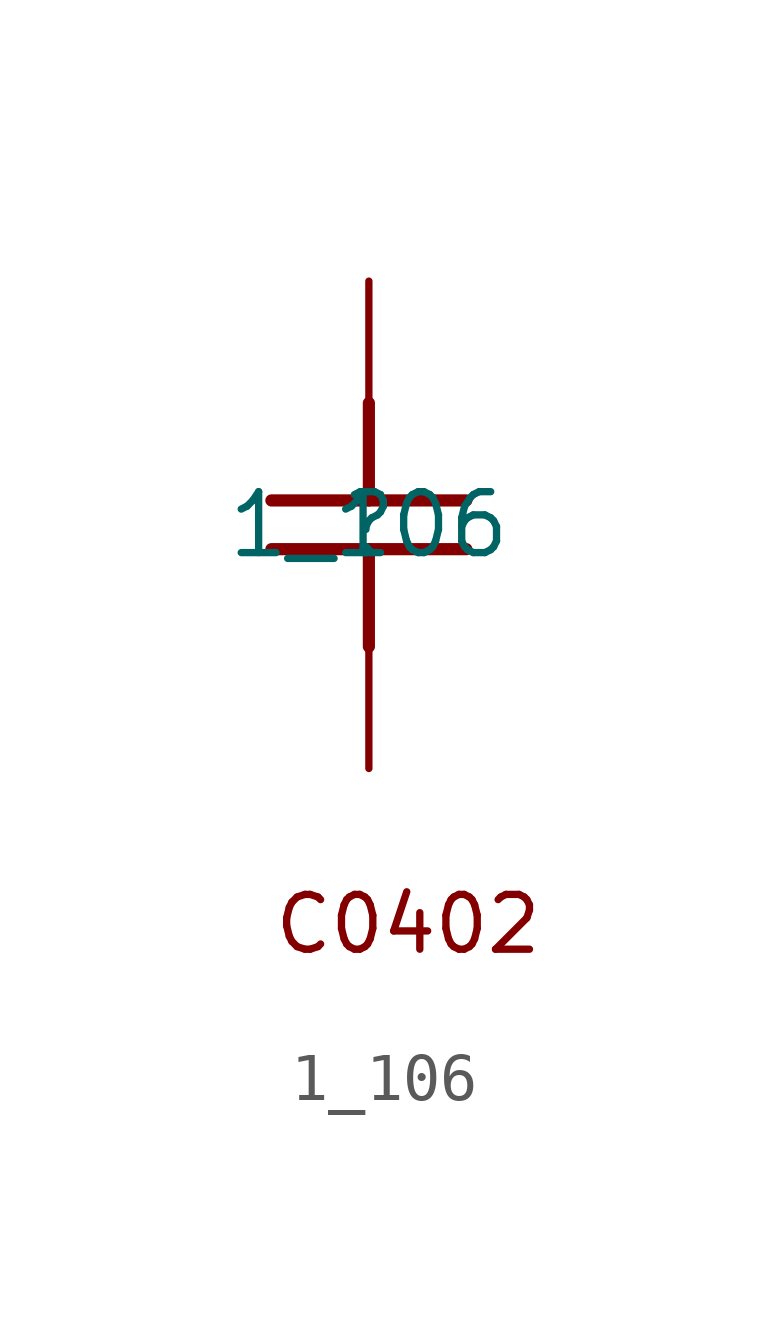
<source format=kicad_sym>
(kicad_symbol_lib
  (version 20211014)
  (generator kicad_symbol_editor)
  (symbol "1_106"
    (property "Reference" ""
      (at 0 0 0)
      (effects (font (size 1.27 1.27))))
    (property "Value" "1_106"
      (at 0 0 0)
      (effects (font (size 1.27 1.27))))
    (symbol "1_106_1_0"
      (polyline (pts (xy -2.032 0.508) (xy 2.032 0.508)) (stroke (width 0.254) (type default) (color 0 0 0 0)) (fill (type none)))
      (polyline (pts (xy 0 -0.508) (xy 0 -2.54)) (stroke (width 0.254) (type default) (color 0 0 0 0)) (fill (type none)))
      (polyline (pts (xy 0 2.54) (xy 0 0.508)) (stroke (width 0.254) (type default) (color 0 0 0 0)) (fill (type none)))
      (polyline (pts (xy 2.032 -0.508) (xy -2.032 -0.508)) (stroke (width 0.254) (type default) (color 0 0 0 0)) (fill (type none)))
      (text "C0402" (at -2.032 -8.996 0) (effects (font (size 1.143 1.143)) (justify left bottom)))
      (pin passive line (at 0 -5.08 90) (length 2.54) (name "1" (effects (font (size 0 0)))) (number "1" (effects (font (size 0 0)))))
      (pin passive line (at 0 5.08 270) (length 2.54) (name "2" (effects (font (size 0 0)))) (number "2" (effects (font (size 0 0))))))))
</source>
